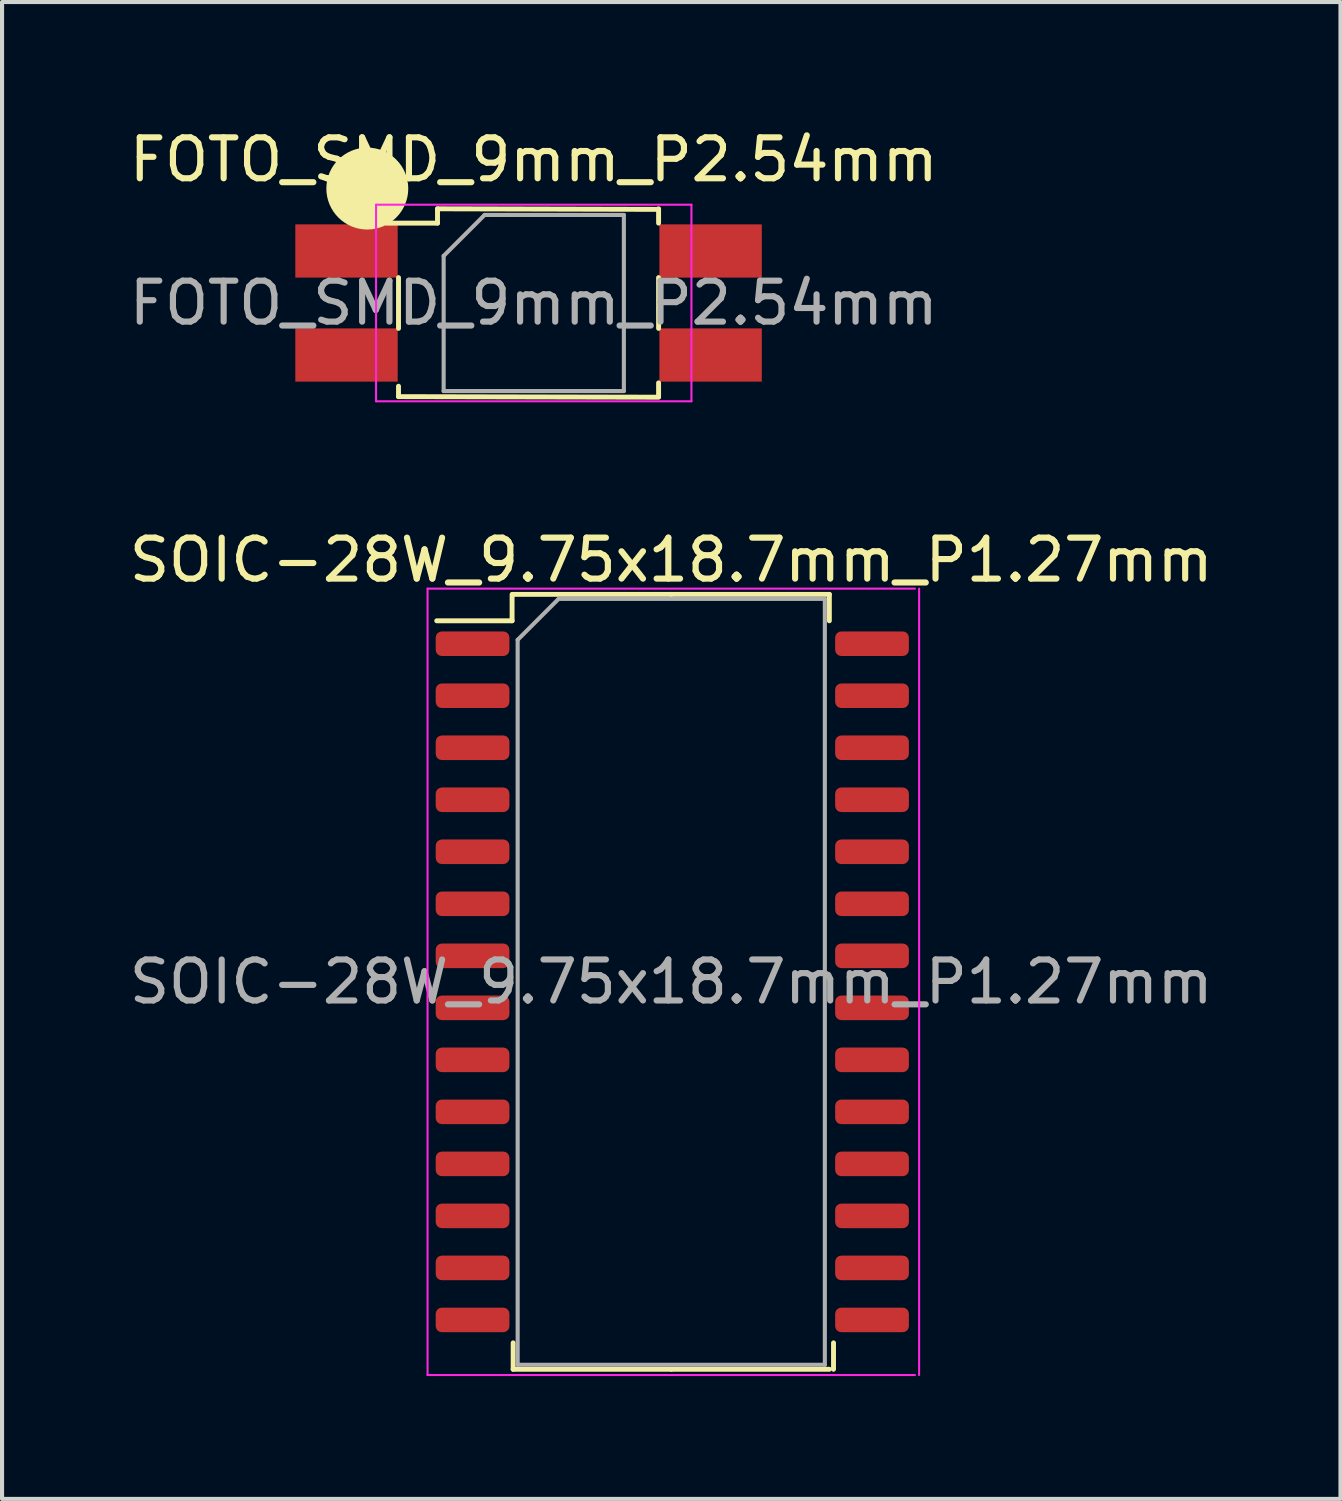
<source format=kicad_pcb>
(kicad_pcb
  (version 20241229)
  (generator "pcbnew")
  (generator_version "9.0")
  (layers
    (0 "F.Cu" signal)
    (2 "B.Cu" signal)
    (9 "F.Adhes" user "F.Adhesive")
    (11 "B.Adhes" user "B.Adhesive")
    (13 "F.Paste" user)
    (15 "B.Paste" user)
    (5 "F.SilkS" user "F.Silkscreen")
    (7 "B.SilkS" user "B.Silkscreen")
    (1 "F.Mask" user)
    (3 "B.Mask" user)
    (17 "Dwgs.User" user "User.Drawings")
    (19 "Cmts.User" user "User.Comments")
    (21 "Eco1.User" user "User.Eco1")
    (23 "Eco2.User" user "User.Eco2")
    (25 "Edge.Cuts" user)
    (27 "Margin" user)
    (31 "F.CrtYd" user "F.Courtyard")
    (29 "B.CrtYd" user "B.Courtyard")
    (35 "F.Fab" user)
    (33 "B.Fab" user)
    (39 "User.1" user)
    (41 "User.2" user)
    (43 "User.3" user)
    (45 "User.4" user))
  (footprint "SOIC-28W_9.75x18.7mm_P1.27mm"
    (layer "F.Cu")
    (at 13.339 20.922)
    (property "Reference" "SOIC-28W_9.75x18.7mm_P1.27mm" (at 0 -10.3 0) (layer "F.SilkS") (effects (font (size 1 1) (thickness 0.15))))
    (attr smd)
    (fp_line (start -3.886 -9.46) (end -3.886 -8.815) (stroke (width 0.12) (type solid)) (layer "F.SilkS"))
    (fp_line (start -3.886 -8.815) (end -5.726 -8.815) (stroke (width 0.12) (type solid)) (layer "F.SilkS"))
    (fp_line (start -3.86 9.46) (end -3.86 8.815) (stroke (width 0.12) (type solid)) (layer "F.SilkS"))
    (fp_line (start 0 -9.46) (end -3.86 -9.46) (stroke (width 0.12) (type solid)) (layer "F.SilkS"))
    (fp_line (start 0 -9.46) (end 3.86 -9.46) (stroke (width 0.12) (type solid)) (layer "F.SilkS"))
    (fp_line (start 0 9.46) (end -3.86 9.46) (stroke (width 0.12) (type solid)) (layer "F.SilkS"))
    (fp_line (start 0 9.46) (end 3.86 9.46) (stroke (width 0.12) (type solid)) (layer "F.SilkS"))
    (fp_line (start 3.86 -9.46) (end 3.86 -8.815) (stroke (width 0.12) (type solid)) (layer "F.SilkS"))
    (fp_line (start 3.962 9.46) (end 3.962 8.815) (stroke (width 0.12) (type solid)) (layer "F.SilkS"))
    (fp_line (start -5.95 -9.6) (end -5.95 9.6) (stroke (width 0.05) (type solid)) (layer "F.CrtYd"))
    (fp_line (start -5.95 9.6) (end 5.95 9.6) (stroke (width 0.05) (type solid)) (layer "F.CrtYd"))
    (fp_line (start 5.95 -9.6) (end -5.95 -9.6) (stroke (width 0.05) (type solid)) (layer "F.CrtYd"))
    (fp_line (start 6.052 9.6) (end 6.052 -9.6) (stroke (width 0.05) (type solid)) (layer "F.CrtYd"))
    (fp_line (start -3.75 -8.35) (end -2.75 -9.35) (stroke (width 0.1) (type solid)) (layer "F.Fab"))
    (fp_line (start -3.75 9.35) (end -3.75 -8.35) (stroke (width 0.1) (type solid)) (layer "F.Fab"))
    (fp_line (start -2.75 -9.35) (end 3.75 -9.35) (stroke (width 0.1) (type solid)) (layer "F.Fab"))
    (fp_line (start 3.75 -9.35) (end 3.75 9.35) (stroke (width 0.1) (type solid)) (layer "F.Fab"))
    (fp_line (start 3.75 9.35) (end -3.75 9.35) (stroke (width 0.1) (type solid)) (layer "F.Fab"))
    (fp_text user "${REFERENCE}" (at 0 0 0) (layer "F.Fab") (effects (font (size 1 1) (thickness 0.15))))
    (pad "1" smd roundrect (at -4.851 -8.255) (size 1.8 0.6) (layers "F.Cu" "F.Mask" "F.Paste") (roundrect_rratio 0.25))
    (pad "2" smd roundrect (at -4.851 -6.985) (size 1.8 0.6) (layers "F.Cu" "F.Mask" "F.Paste") (roundrect_rratio 0.25))
    (pad "3" smd roundrect (at -4.851 -5.715) (size 1.8 0.6) (layers "F.Cu" "F.Mask" "F.Paste") (roundrect_rratio 0.25))
    (pad "4" smd roundrect (at -4.851 -4.445) (size 1.8 0.6) (layers "F.Cu" "F.Mask" "F.Paste") (roundrect_rratio 0.25))
    (pad "5" smd roundrect (at -4.851 -3.175) (size 1.8 0.6) (layers "F.Cu" "F.Mask" "F.Paste") (roundrect_rratio 0.25))
    (pad "6" smd roundrect (at -4.851 -1.905) (size 1.8 0.6) (layers "F.Cu" "F.Mask" "F.Paste") (roundrect_rratio 0.25))
    (pad "7" smd roundrect (at -4.851 -0.635) (size 1.8 0.6) (layers "F.Cu" "F.Mask" "F.Paste") (roundrect_rratio 0.25))
    (pad "8" smd roundrect (at -4.851 0.635) (size 1.8 0.6) (layers "F.Cu" "F.Mask" "F.Paste") (roundrect_rratio 0.25))
    (pad "9" smd roundrect (at -4.851 1.905) (size 1.8 0.6) (layers "F.Cu" "F.Mask" "F.Paste") (roundrect_rratio 0.25))
    (pad "10" smd roundrect (at -4.851 3.175) (size 1.8 0.6) (layers "F.Cu" "F.Mask" "F.Paste") (roundrect_rratio 0.25))
    (pad "11" smd roundrect (at -4.851 4.445) (size 1.8 0.6) (layers "F.Cu" "F.Mask" "F.Paste") (roundrect_rratio 0.25))
    (pad "12" smd roundrect (at -4.851 5.715) (size 1.8 0.6) (layers "F.Cu" "F.Mask" "F.Paste") (roundrect_rratio 0.25))
    (pad "13" smd roundrect (at -4.851 6.985) (size 1.8 0.6) (layers "F.Cu" "F.Mask" "F.Paste") (roundrect_rratio 0.25))
    (pad "14" smd roundrect (at -4.851 8.255) (size 1.8 0.6) (layers "F.Cu" "F.Mask" "F.Paste") (roundrect_rratio 0.25))
    (pad "15" smd roundrect (at 4.902 8.255) (size 1.8 0.6) (layers "F.Cu" "F.Mask" "F.Paste") (roundrect_rratio 0.25))
    (pad "16" smd roundrect (at 4.902 6.985) (size 1.8 0.6) (layers "F.Cu" "F.Mask" "F.Paste") (roundrect_rratio 0.25))
    (pad "17" smd roundrect (at 4.902 5.715) (size 1.8 0.6) (layers "F.Cu" "F.Mask" "F.Paste") (roundrect_rratio 0.25))
    (pad "18" smd roundrect (at 4.902 4.445) (size 1.8 0.6) (layers "F.Cu" "F.Mask" "F.Paste") (roundrect_rratio 0.25))
    (pad "19" smd roundrect (at 4.902 3.175) (size 1.8 0.6) (layers "F.Cu" "F.Mask" "F.Paste") (roundrect_rratio 0.25))
    (pad "20" smd roundrect (at 4.902 1.905) (size 1.8 0.6) (layers "F.Cu" "F.Mask" "F.Paste") (roundrect_rratio 0.25))
    (pad "21" smd roundrect (at 4.902 0.635) (size 1.8 0.6) (layers "F.Cu" "F.Mask" "F.Paste") (roundrect_rratio 0.25))
    (pad "22" smd roundrect (at 4.902 -0.635) (size 1.8 0.6) (layers "F.Cu" "F.Mask" "F.Paste") (roundrect_rratio 0.25))
    (pad "23" smd roundrect (at 4.902 -1.905) (size 1.8 0.6) (layers "F.Cu" "F.Mask" "F.Paste") (roundrect_rratio 0.25))
    (pad "24" smd roundrect (at 4.902 -3.175) (size 1.8 0.6) (layers "F.Cu" "F.Mask" "F.Paste") (roundrect_rratio 0.25))
    (pad "25" smd roundrect (at 4.902 -4.445) (size 1.8 0.6) (layers "F.Cu" "F.Mask" "F.Paste") (roundrect_rratio 0.25))
    (pad "26" smd roundrect (at 4.902 -5.715) (size 1.8 0.6) (layers "F.Cu" "F.Mask" "F.Paste") (roundrect_rratio 0.25))
    (pad "27" smd roundrect (at 4.902 -6.985) (size 1.8 0.6) (layers "F.Cu" "F.Mask" "F.Paste") (roundrect_rratio 0.25))
    (pad "28" smd roundrect (at 4.902 -8.255) (size 1.8 0.6) (layers "F.Cu" "F.Mask" "F.Paste") (roundrect_rratio 0.25)))
  (footprint "FOTO_SMD_9mm_P2.54mm"
    (layer "F.Cu")
    (at 9.982 4.348)
    (property "Reference" "FOTO_SMD_9mm_P2.54mm" (at 0 -3.5 0) (layer "F.SilkS") (effects (font (size 1 1) (thickness 0.15))))
    (attr smd)
    (fp_line (start -3.302 0.62) (end -3.302 -0.62) (stroke (width 0.12) (type solid)) (layer "F.SilkS"))
    (fp_line (start -3.302 2.032) (end -3.302 2.286) (stroke (width 0.12) (type solid)) (layer "F.SilkS"))
    (fp_line (start -3.302 2.286) (end 3.048 2.3) (stroke (width 0.12) (type solid)) (layer "F.SilkS"))
    (fp_line (start -2.35 -2.3) (end 3.048 -2.286) (stroke (width 0.12) (type solid)) (layer "F.SilkS"))
    (fp_line (start -2.35 -1.95) (end -3.6 -1.95) (stroke (width 0.12) (type solid)) (layer "F.SilkS"))
    (fp_line (start -2.35 -1.95) (end -2.35 -2.3) (stroke (width 0.12) (type solid)) (layer "F.SilkS"))
    (fp_line (start 3.048 -2.3) (end 3.048 -1.95) (stroke (width 0.12) (type solid)) (layer "F.SilkS"))
    (fp_line (start 3.048 0.62) (end 3.048 -0.62) (stroke (width 0.12) (type solid)) (layer "F.SilkS"))
    (fp_line (start 3.048 2.286) (end 3.048 1.95) (stroke (width 0.12) (type solid)) (layer "F.SilkS"))
    (fp_circle (center -4.064 -2.794) (end -4.064 -2.794) (stroke (width 1) (type solid)) (fill no) (layer "F.SilkS"))
    (fp_line (start -3.85 -2.4) (end 3.85 -2.4) (stroke (width 0.05) (type solid)) (layer "F.CrtYd"))
    (fp_line (start -3.85 2.4) (end -3.85 -2.4) (stroke (width 0.05) (type solid)) (layer "F.CrtYd"))
    (fp_line (start 3.85 -2.4) (end 3.85 2.4) (stroke (width 0.05) (type solid)) (layer "F.CrtYd"))
    (fp_line (start 3.85 2.4) (end -3.85 2.4) (stroke (width 0.05) (type solid)) (layer "F.CrtYd"))
    (fp_line (start -2.2 -1.15) (end -1.2 -2.15) (stroke (width 0.1) (type solid)) (layer "F.Fab"))
    (fp_line (start -2.2 2.15) (end -2.2 -1.15) (stroke (width 0.1) (type solid)) (layer "F.Fab"))
    (fp_line (start -2.2 2.15) (end 2.2 2.15) (stroke (width 0.1) (type solid)) (layer "F.Fab"))
    (fp_line (start -1.2 -2.15) (end 2.2 -2.15) (stroke (width 0.1) (type solid)) (layer "F.Fab"))
    (fp_line (start 2.2 2.15) (end 2.2 -2.15) (stroke (width 0.1) (type solid)) (layer "F.Fab"))
    (fp_text user "${REFERENCE}" (at 0 0 0) (layer "F.Fab") (effects (font (size 1 1) (thickness 0.15))))
    (pad "1" smd rect (at -4.572 -1.27 270) (size 1.3 2.5) (layers "F.Cu" "F.Mask" "F.Paste"))
    (pad "2" smd rect (at -4.572 1.27 270) (size 1.3 2.5) (layers "F.Cu" "F.Mask" "F.Paste"))
    (pad "3" smd rect (at 4.318 1.27 270) (size 1.3 2.5) (layers "F.Cu" "F.Mask" "F.Paste"))
    (pad "4" smd rect (at 4.318 -1.27 270) (size 1.3 2.5) (layers "F.Cu" "F.Mask" "F.Paste")))
  (gr_rect
    (start -3 -3)
    (end 29.679 33.547)
    (stroke (width 0.1) (type default))
    (fill no)
    (layer "Edge.Cuts")))
</source>
